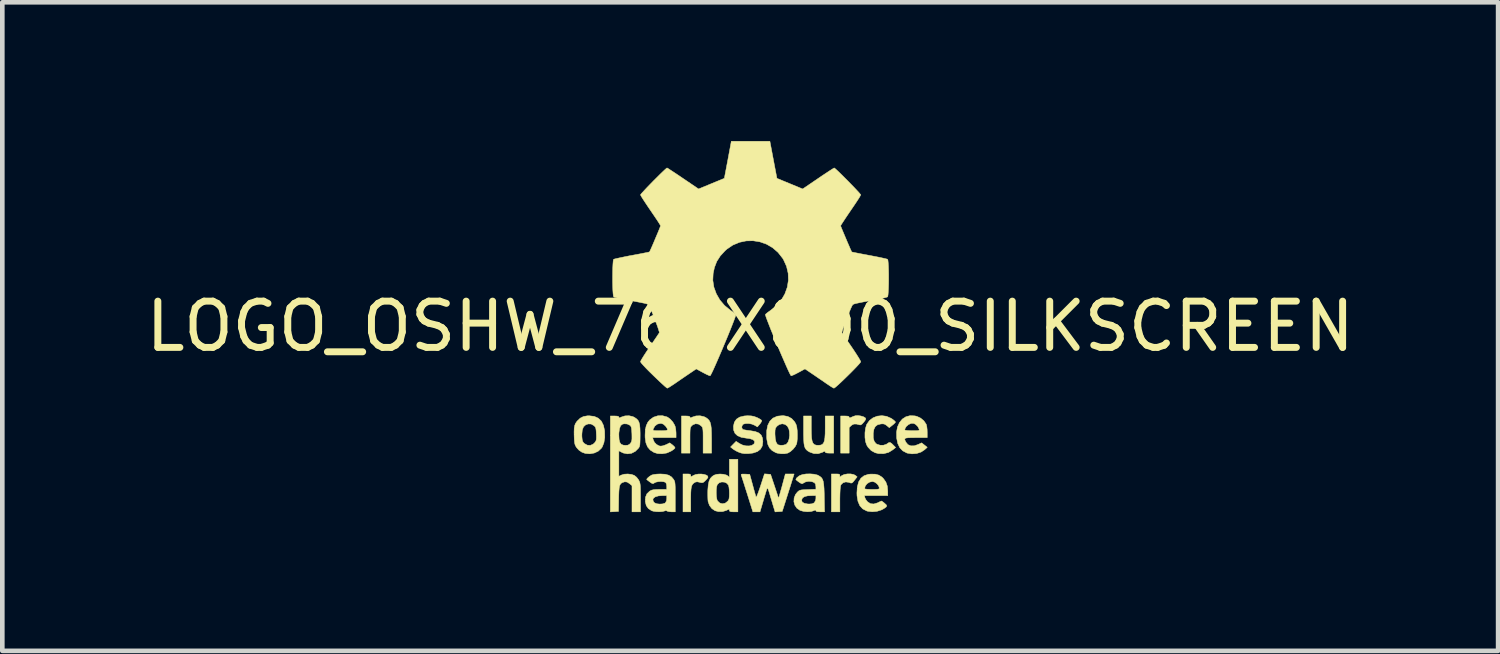
<source format=kicad_pcb>
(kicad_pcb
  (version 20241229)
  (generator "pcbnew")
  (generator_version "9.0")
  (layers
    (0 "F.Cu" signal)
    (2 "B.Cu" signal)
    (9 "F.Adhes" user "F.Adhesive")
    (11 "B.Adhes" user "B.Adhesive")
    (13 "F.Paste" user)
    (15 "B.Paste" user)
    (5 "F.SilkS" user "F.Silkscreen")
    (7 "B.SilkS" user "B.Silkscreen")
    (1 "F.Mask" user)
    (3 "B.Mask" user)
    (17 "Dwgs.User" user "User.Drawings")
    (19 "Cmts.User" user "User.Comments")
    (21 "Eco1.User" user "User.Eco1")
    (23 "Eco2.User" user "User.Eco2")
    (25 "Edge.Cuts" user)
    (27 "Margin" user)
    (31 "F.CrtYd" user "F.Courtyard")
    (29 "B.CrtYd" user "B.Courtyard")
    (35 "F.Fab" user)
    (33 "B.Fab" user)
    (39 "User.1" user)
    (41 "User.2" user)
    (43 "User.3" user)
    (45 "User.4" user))
  (footprint "LOGO_OSHW_764X800_SILKSCREEN"
    (layer "F.Cu")
    (at 13.173 4.007)
    (property "Reference" "LOGO_OSHW_764X800_SILKSCREEN" (at 0 0 0) (layer "F.SilkS") (effects (font (size 1 1) (thickness 0.15))))
    (attr exclude_from_pos_files exclude_from_bom allow_missing_courtyard)
    (fp_poly (pts (xy 2.391 1.938) (xy 2.449 1.955) (xy 2.486 1.977) (xy 2.498 1.995) (xy 2.495 2.016) (xy 2.473 2.048) (xy 2.455 2.072) (xy 2.417 2.113) (xy 2.389 2.131) (xy 2.365 2.13) (xy 2.294 2.112) (xy 2.241 2.113) (xy 2.199 2.133) (xy 2.185 2.145) (xy 2.139 2.187) (xy 2.139 2.741) (xy 1.955 2.741) (xy 1.955 1.938) (xy 2.047 1.938) (xy 2.102 1.941) (xy 2.131 1.948) (xy 2.139 1.963) (xy 2.139 1.964) (xy 2.143 1.98) (xy 2.16 1.978) (xy 2.185 1.966) (xy 2.235 1.945) (xy 2.276 1.932) (xy 2.329 1.929) (xy 2.391 1.938)) (stroke (width 0.01) (type solid)) (fill yes) (layer "F.SilkS"))
    (fp_poly (pts (xy 2.173 3.191) (xy 2.237 3.204) (xy 2.274 3.223) (xy 2.312 3.254) (xy 2.258 3.323) (xy 2.224 3.365) (xy 2.201 3.385) (xy 2.178 3.389) (xy 2.145 3.378) (xy 2.129 3.373) (xy 2.066 3.364) (xy 2.007 3.382) (xy 1.964 3.423) (xy 1.957 3.436) (xy 1.95 3.47) (xy 1.944 3.533) (xy 1.94 3.621) (xy 1.938 3.729) (xy 1.938 3.744) (xy 1.938 4.011) (xy 1.755 4.011) (xy 1.755 3.192) (xy 1.847 3.192) (xy 1.9 3.193) (xy 1.927 3.199) (xy 1.937 3.213) (xy 1.938 3.226) (xy 1.938 3.261) (xy 1.982 3.226) (xy 2.033 3.203) (xy 2.101 3.191) (xy 2.173 3.191)) (stroke (width 0.01) (type solid)) (fill yes) (layer "F.SilkS"))
    (fp_poly (pts (xy -1.32 3.193) (xy -1.295 3.201) (xy -1.287 3.217) (xy -1.287 3.225) (xy -1.285 3.246) (xy -1.275 3.249) (xy -1.248 3.235) (xy -1.232 3.225) (xy -1.182 3.204) (xy -1.122 3.194) (xy -1.059 3.193) (xy -0.999 3.201) (xy -0.951 3.216) (xy -0.92 3.237) (xy -0.914 3.264) (xy -0.917 3.272) (xy -0.94 3.302) (xy -0.974 3.339) (xy -0.98 3.345) (xy -1.013 3.373) (xy -1.042 3.382) (xy -1.081 3.376) (xy -1.097 3.371) (xy -1.146 3.361) (xy -1.181 3.366) (xy -1.211 3.382) (xy -1.237 3.403) (xy -1.257 3.43) (xy -1.271 3.467) (xy -1.28 3.52) (xy -1.285 3.593) (xy -1.287 3.693) (xy -1.287 3.753) (xy -1.287 4.011) (xy -1.454 4.011) (xy -1.454 3.192) (xy -1.37 3.192) (xy -1.32 3.193)) (stroke (width 0.01) (type solid)) (fill yes) (layer "F.SilkS"))
    (fp_poly (pts (xy 1.32 2.199) (xy 1.322 2.321) (xy 1.327 2.414) (xy 1.339 2.482) (xy 1.358 2.527) (xy 1.385 2.555) (xy 1.423 2.569) (xy 1.471 2.572) (xy 1.52 2.568) (xy 1.557 2.554) (xy 1.584 2.525) (xy 1.603 2.479) (xy 1.614 2.41) (xy 1.62 2.316) (xy 1.621 2.199) (xy 1.621 1.938) (xy 1.805 1.938) (xy 1.805 2.741) (xy 1.713 2.741) (xy 1.657 2.738) (xy 1.629 2.73) (xy 1.621 2.715) (xy 1.616 2.702) (xy 1.597 2.705) (xy 1.559 2.724) (xy 1.47 2.753) (xy 1.377 2.751) (xy 1.287 2.719) (xy 1.244 2.694) (xy 1.212 2.667) (xy 1.188 2.633) (xy 1.171 2.588) (xy 1.161 2.526) (xy 1.156 2.444) (xy 1.153 2.336) (xy 1.153 2.252) (xy 1.153 1.938) (xy 1.32 1.938) (xy 1.32 2.199)) (stroke (width 0.01) (type solid)) (fill yes) (layer "F.SilkS"))
    (fp_poly (pts (xy -1.002 1.952) (xy -0.96 1.972) (xy -0.92 2.001) (xy -0.889 2.034) (xy -0.867 2.076) (xy -0.852 2.132) (xy -0.842 2.207) (xy -0.838 2.305) (xy -0.836 2.431) (xy -0.836 2.444) (xy -0.836 2.741) (xy -1.019 2.741) (xy -1.019 2.467) (xy -1.019 2.366) (xy -1.02 2.292) (xy -1.023 2.241) (xy -1.028 2.207) (xy -1.035 2.184) (xy -1.047 2.167) (xy -1.063 2.15) (xy -1.12 2.113) (xy -1.183 2.106) (xy -1.242 2.129) (xy -1.262 2.147) (xy -1.278 2.163) (xy -1.288 2.18) (xy -1.296 2.204) (xy -1.3 2.24) (xy -1.302 2.294) (xy -1.303 2.371) (xy -1.303 2.464) (xy -1.303 2.741) (xy -1.487 2.741) (xy -1.487 1.938) (xy -1.395 1.938) (xy -1.34 1.941) (xy -1.312 1.948) (xy -1.303 1.963) (xy -1.303 1.964) (xy -1.3 1.979) (xy -1.283 1.977) (xy -1.249 1.961) (xy -1.173 1.937) (xy -1.086 1.934) (xy -1.002 1.952)) (stroke (width 0.01) (type solid)) (fill yes) (layer "F.SilkS"))
    (fp_poly (pts (xy 2.947 1.945) (xy 3.043 1.987) (xy 3.074 2.007) (xy 3.113 2.037) (xy 3.137 2.062) (xy 3.142 2.069) (xy 3.13 2.087) (xy 3.099 2.117) (xy 3.074 2.137) (xy 3.007 2.191) (xy 2.954 2.147) (xy 2.913 2.118) (xy 2.873 2.108) (xy 2.827 2.11) (xy 2.754 2.128) (xy 2.704 2.166) (xy 2.674 2.227) (xy 2.66 2.314) (xy 2.66 2.314) (xy 2.661 2.412) (xy 2.68 2.484) (xy 2.717 2.533) (xy 2.742 2.549) (xy 2.809 2.57) (xy 2.881 2.57) (xy 2.943 2.55) (xy 2.958 2.54) (xy 2.995 2.515) (xy 3.024 2.511) (xy 3.055 2.53) (xy 3.089 2.563) (xy 3.144 2.619) (xy 3.083 2.669) (xy 2.99 2.726) (xy 2.884 2.753) (xy 2.774 2.751) (xy 2.701 2.733) (xy 2.617 2.687) (xy 2.549 2.616) (xy 2.518 2.565) (xy 2.493 2.492) (xy 2.481 2.401) (xy 2.481 2.301) (xy 2.493 2.205) (xy 2.517 2.125) (xy 2.521 2.117) (xy 2.578 2.036) (xy 2.655 1.978) (xy 2.746 1.942) (xy 2.846 1.931) (xy 2.947 1.945)) (stroke (width 0.01) (type solid)) (fill yes) (layer "F.SilkS"))
    (fp_poly (pts (xy 0.812 1.948) (xy 0.896 1.994) (xy 0.962 2.067) (xy 0.993 2.126) (xy 1.007 2.178) (xy 1.016 2.253) (xy 1.019 2.338) (xy 1.018 2.425) (xy 1.011 2.5) (xy 1.003 2.541) (xy 0.975 2.596) (xy 0.928 2.655) (xy 0.871 2.706) (xy 0.815 2.739) (xy 0.814 2.74) (xy 0.744 2.754) (xy 0.661 2.754) (xy 0.582 2.741) (xy 0.552 2.731) (xy 0.473 2.686) (xy 0.417 2.628) (xy 0.38 2.551) (xy 0.36 2.45) (xy 0.355 2.397) (xy 0.356 2.331) (xy 0.535 2.331) (xy 0.541 2.428) (xy 0.558 2.502) (xy 0.586 2.549) (xy 0.605 2.562) (xy 0.656 2.572) (xy 0.716 2.569) (xy 0.767 2.555) (xy 0.781 2.548) (xy 0.817 2.504) (xy 0.84 2.438) (xy 0.851 2.357) (xy 0.846 2.271) (xy 0.835 2.218) (xy 0.803 2.158) (xy 0.753 2.12) (xy 0.693 2.107) (xy 0.631 2.121) (xy 0.584 2.154) (xy 0.559 2.182) (xy 0.544 2.209) (xy 0.537 2.246) (xy 0.535 2.303) (xy 0.535 2.331) (xy 0.356 2.331) (xy 0.356 2.256) (xy 0.379 2.14) (xy 0.424 2.05) (xy 0.49 1.985) (xy 0.579 1.945) (xy 0.597 1.941) (xy 0.711 1.93) (xy 0.812 1.948)) (stroke (width 0.01) (type solid)) (fill yes) (layer "F.SilkS"))
    (fp_poly (pts (xy 0.374 3.195) (xy 0.44 3.2) (xy 0.527 3.459) (xy 0.613 3.718) (xy 0.64 3.626) (xy 0.656 3.569) (xy 0.678 3.493) (xy 0.701 3.408) (xy 0.713 3.363) (xy 0.759 3.192) (xy 0.949 3.192) (xy 0.893 3.371) (xy 0.865 3.46) (xy 0.831 3.566) (xy 0.796 3.677) (xy 0.764 3.777) (xy 0.692 4.002) (xy 0.537 4.012) (xy 0.495 3.874) (xy 0.469 3.787) (xy 0.441 3.692) (xy 0.416 3.608) (xy 0.415 3.605) (xy 0.397 3.548) (xy 0.381 3.509) (xy 0.369 3.495) (xy 0.367 3.496) (xy 0.359 3.519) (xy 0.343 3.568) (xy 0.322 3.637) (xy 0.297 3.719) (xy 0.284 3.764) (xy 0.211 4.011) (xy 0.057 4.011) (xy -0.065 3.622) (xy -0.1 3.513) (xy -0.131 3.414) (xy -0.158 3.33) (xy -0.179 3.265) (xy -0.193 3.224) (xy -0.197 3.212) (xy -0.193 3.199) (xy -0.168 3.194) (xy -0.116 3.195) (xy -0.108 3.195) (xy -0.011 3.2) (xy 0.053 3.434) (xy 0.076 3.519) (xy 0.097 3.594) (xy 0.114 3.653) (xy 0.124 3.687) (xy 0.126 3.693) (xy 0.134 3.686) (xy 0.15 3.653) (xy 0.173 3.596) (xy 0.199 3.522) (xy 0.222 3.454) (xy 0.308 3.19) (xy 0.374 3.195)) (stroke (width 0.01) (type solid)) (fill yes) (layer "F.SilkS"))
    (fp_poly (pts (xy -3.373 1.947) (xy -3.286 1.986) (xy -3.219 2.05) (xy -3.174 2.141) (xy -3.149 2.257) (xy -3.148 2.276) (xy -3.146 2.404) (xy -3.164 2.516) (xy -3.2 2.608) (xy -3.22 2.637) (xy -3.287 2.699) (xy -3.372 2.739) (xy -3.468 2.756) (xy -3.566 2.748) (xy -3.64 2.721) (xy -3.704 2.677) (xy -3.756 2.62) (xy -3.757 2.618) (xy -3.778 2.583) (xy -3.792 2.547) (xy -3.8 2.502) (xy -3.805 2.438) (xy -3.807 2.385) (xy -3.808 2.338) (xy -3.641 2.338) (xy -3.64 2.385) (xy -3.634 2.448) (xy -3.623 2.488) (xy -3.604 2.517) (xy -3.587 2.534) (xy -3.524 2.569) (xy -3.459 2.574) (xy -3.398 2.548) (xy -3.367 2.52) (xy -3.345 2.492) (xy -3.332 2.464) (xy -3.327 2.429) (xy -3.326 2.376) (xy -3.328 2.327) (xy -3.332 2.256) (xy -3.338 2.211) (xy -3.348 2.181) (xy -3.366 2.159) (xy -3.381 2.146) (xy -3.44 2.112) (xy -3.505 2.11) (xy -3.559 2.13) (xy -3.605 2.172) (xy -3.632 2.241) (xy -3.641 2.338) (xy -3.808 2.338) (xy -3.809 2.281) (xy -3.806 2.203) (xy -3.796 2.145) (xy -3.778 2.099) (xy -3.75 2.058) (xy -3.74 2.046) (xy -3.676 1.985) (xy -3.607 1.95) (xy -3.523 1.935) (xy -3.482 1.934) (xy -3.373 1.947)) (stroke (width 0.01) (type solid)) (fill yes) (layer "F.SilkS"))
    (fp_poly (pts (xy -0.267 4.011) (xy -0.359 4.011) (xy -0.413 4.009) (xy -0.44 4.002) (xy -0.45 3.988) (xy -0.451 3.979) (xy -0.453 3.96) (xy -0.464 3.956) (xy -0.491 3.968) (xy -0.513 3.979) (xy -0.597 4.005) (xy -0.687 4.006) (xy -0.761 3.987) (xy -0.83 3.94) (xy -0.882 3.871) (xy -0.911 3.789) (xy -0.912 3.785) (xy -0.916 3.735) (xy -0.918 3.664) (xy -0.918 3.61) (xy -0.735 3.61) (xy -0.731 3.681) (xy -0.721 3.741) (xy -0.708 3.774) (xy -0.659 3.82) (xy -0.601 3.836) (xy -0.54 3.823) (xy -0.489 3.783) (xy -0.469 3.757) (xy -0.458 3.725) (xy -0.453 3.679) (xy -0.451 3.609) (xy -0.454 3.54) (xy -0.46 3.48) (xy -0.469 3.44) (xy -0.47 3.436) (xy -0.506 3.393) (xy -0.558 3.369) (xy -0.616 3.365) (xy -0.67 3.382) (xy -0.71 3.419) (xy -0.714 3.426) (xy -0.727 3.471) (xy -0.734 3.536) (xy -0.735 3.61) (xy -0.918 3.61) (xy -0.918 3.582) (xy -0.917 3.538) (xy -0.908 3.43) (xy -0.891 3.349) (xy -0.863 3.288) (xy -0.821 3.244) (xy -0.78 3.217) (xy -0.723 3.199) (xy -0.653 3.193) (xy -0.58 3.198) (xy -0.518 3.214) (xy -0.485 3.233) (xy -0.451 3.264) (xy -0.451 2.874) (xy -0.267 2.874) (xy -0.267 4.011)) (stroke (width 0.01) (type solid)) (fill yes) (layer "F.SilkS"))
    (fp_poly (pts (xy 3.559 1.936) (xy 3.602 1.946) (xy 3.684 1.984) (xy 3.754 2.042) (xy 3.802 2.112) (xy 3.809 2.128) (xy 3.818 2.168) (xy 3.825 2.229) (xy 3.827 2.29) (xy 3.827 2.406) (xy 3.584 2.406) (xy 3.484 2.407) (xy 3.414 2.409) (xy 3.369 2.415) (xy 3.346 2.426) (xy 3.341 2.445) (xy 3.35 2.472) (xy 3.366 2.504) (xy 3.41 2.558) (xy 3.472 2.584) (xy 3.547 2.583) (xy 3.632 2.554) (xy 3.706 2.519) (xy 3.767 2.567) (xy 3.828 2.615) (xy 3.77 2.668) (xy 3.694 2.718) (xy 3.599 2.749) (xy 3.498 2.757) (xy 3.4 2.742) (xy 3.384 2.737) (xy 3.298 2.692) (xy 3.234 2.625) (xy 3.19 2.533) (xy 3.166 2.416) (xy 3.166 2.414) (xy 3.164 2.286) (xy 3.172 2.24) (xy 3.342 2.24) (xy 3.358 2.247) (xy 3.4 2.252) (xy 3.462 2.255) (xy 3.502 2.256) (xy 3.576 2.256) (xy 3.622 2.254) (xy 3.646 2.249) (xy 3.654 2.24) (xy 3.652 2.224) (xy 3.65 2.218) (xy 3.621 2.163) (xy 3.574 2.118) (xy 3.532 2.098) (xy 3.477 2.099) (xy 3.421 2.124) (xy 3.374 2.165) (xy 3.346 2.214) (xy 3.342 2.24) (xy 3.172 2.24) (xy 3.185 2.173) (xy 3.228 2.079) (xy 3.289 2.005) (xy 3.366 1.955) (xy 3.457 1.931) (xy 3.559 1.936)) (stroke (width 0.01) (type solid)) (fill yes) (layer "F.SilkS"))
    (fp_poly (pts (xy 0.019 1.936) (xy 0.082 1.948) (xy 0.148 1.973) (xy 0.155 1.976) (xy 0.204 2.002) (xy 0.239 2.026) (xy 0.25 2.042) (xy 0.239 2.067) (xy 0.214 2.105) (xy 0.202 2.119) (xy 0.155 2.174) (xy 0.094 2.138) (xy 0.036 2.114) (xy -0.03 2.101) (xy -0.095 2.101) (xy -0.144 2.113) (xy -0.156 2.12) (xy -0.179 2.154) (xy -0.182 2.194) (xy -0.165 2.225) (xy -0.155 2.231) (xy -0.124 2.238) (xy -0.072 2.247) (xy -0.006 2.255) (xy 0.006 2.257) (xy 0.11 2.275) (xy 0.186 2.306) (xy 0.237 2.352) (xy 0.265 2.416) (xy 0.273 2.495) (xy 0.261 2.585) (xy 0.222 2.655) (xy 0.156 2.707) (xy 0.062 2.739) (xy -0.042 2.752) (xy -0.127 2.752) (xy -0.195 2.74) (xy -0.242 2.724) (xy -0.302 2.696) (xy -0.356 2.664) (xy -0.376 2.65) (xy -0.426 2.609) (xy -0.305 2.486) (xy -0.236 2.532) (xy -0.168 2.566) (xy -0.094 2.584) (xy -0.023 2.586) (xy 0.037 2.572) (xy 0.08 2.543) (xy 0.093 2.518) (xy 0.091 2.479) (xy 0.057 2.449) (xy -0.009 2.428) (xy -0.081 2.418) (xy -0.192 2.4) (xy -0.275 2.365) (xy -0.33 2.313) (xy -0.359 2.243) (xy -0.363 2.16) (xy -0.343 2.073) (xy -0.298 2.007) (xy -0.228 1.962) (xy -0.131 1.938) (xy -0.06 1.933) (xy 0.019 1.936)) (stroke (width 0.01) (type solid)) (fill yes) (layer "F.SilkS"))
    (fp_poly (pts (xy 2.701 3.196) (xy 2.781 3.217) (xy 2.848 3.26) (xy 2.88 3.292) (xy 2.933 3.367) (xy 2.964 3.455) (xy 2.974 3.563) (xy 2.974 3.572) (xy 2.974 3.66) (xy 2.47 3.66) (xy 2.48 3.706) (xy 2.5 3.747) (xy 2.534 3.791) (xy 2.541 3.797) (xy 2.602 3.835) (xy 2.672 3.841) (xy 2.752 3.817) (xy 2.766 3.81) (xy 2.807 3.79) (xy 2.835 3.778) (xy 2.84 3.777) (xy 2.857 3.788) (xy 2.89 3.813) (xy 2.906 3.827) (xy 2.94 3.858) (xy 2.951 3.879) (xy 2.944 3.899) (xy 2.94 3.904) (xy 2.911 3.927) (xy 2.865 3.955) (xy 2.832 3.971) (xy 2.74 4) (xy 2.638 4.009) (xy 2.542 3.998) (xy 2.515 3.99) (xy 2.431 3.946) (xy 2.369 3.877) (xy 2.329 3.783) (xy 2.309 3.663) (xy 2.307 3.601) (xy 2.313 3.51) (xy 2.473 3.51) (xy 2.489 3.517) (xy 2.53 3.522) (xy 2.591 3.525) (xy 2.632 3.526) (xy 2.706 3.525) (xy 2.752 3.523) (xy 2.778 3.517) (xy 2.789 3.507) (xy 2.791 3.493) (xy 2.776 3.448) (xy 2.74 3.403) (xy 2.693 3.369) (xy 2.645 3.355) (xy 2.581 3.368) (xy 2.525 3.403) (xy 2.486 3.455) (xy 2.473 3.51) (xy 2.313 3.51) (xy 2.316 3.469) (xy 2.344 3.363) (xy 2.393 3.284) (xy 2.462 3.23) (xy 2.552 3.2) (xy 2.6 3.195) (xy 2.701 3.196)) (stroke (width 0.01) (type solid)) (fill yes) (layer "F.SilkS"))
    (fp_poly (pts (xy -1.803 1.957) (xy -1.786 1.965) (xy -1.729 2.007) (xy -1.674 2.069) (xy -1.634 2.137) (xy -1.622 2.168) (xy -1.611 2.223) (xy -1.605 2.291) (xy -1.604 2.319) (xy -1.604 2.406) (xy -2.109 2.406) (xy -2.098 2.452) (xy -2.072 2.507) (xy -2.026 2.554) (xy -1.971 2.584) (xy -1.936 2.59) (xy -1.888 2.583) (xy -1.832 2.563) (xy -1.812 2.555) (xy -1.741 2.519) (xy -1.68 2.565) (xy -1.645 2.597) (xy -1.627 2.623) (xy -1.626 2.63) (xy -1.643 2.649) (xy -1.679 2.677) (xy -1.712 2.698) (xy -1.802 2.738) (xy -1.902 2.755) (xy -2.001 2.751) (xy -2.08 2.727) (xy -2.162 2.675) (xy -2.22 2.607) (xy -2.256 2.519) (xy -2.273 2.407) (xy -2.274 2.356) (xy -2.269 2.239) (xy -2.268 2.236) (xy -2.101 2.236) (xy -2.096 2.247) (xy -2.077 2.253) (xy -2.038 2.255) (xy -1.973 2.256) (xy -1.948 2.256) (xy -1.872 2.255) (xy -1.824 2.252) (xy -1.798 2.245) (xy -1.788 2.235) (xy -1.788 2.231) (xy -1.799 2.204) (xy -1.825 2.166) (xy -1.836 2.153) (xy -1.878 2.115) (xy -1.922 2.1) (xy -1.945 2.099) (xy -2.009 2.114) (xy -2.062 2.156) (xy -2.096 2.216) (xy -2.097 2.218) (xy -2.101 2.236) (xy -2.268 2.236) (xy -2.249 2.147) (xy -2.214 2.073) (xy -2.171 2.021) (xy -2.092 1.964) (xy -1.999 1.934) (xy -1.9 1.931) (xy -1.803 1.957)) (stroke (width 0.01) (type solid)) (fill yes) (layer "F.SilkS"))
    (fp_poly (pts (xy 1.38 3.197) (xy 1.45 3.214) (xy 1.471 3.223) (xy 1.51 3.247) (xy 1.541 3.273) (xy 1.563 3.308) (xy 1.579 3.354) (xy 1.589 3.418) (xy 1.596 3.503) (xy 1.6 3.614) (xy 1.601 3.689) (xy 1.607 4.011) (xy 1.514 4.011) (xy 1.457 4.008) (xy 1.428 4) (xy 1.42 3.986) (xy 1.416 3.972) (xy 1.399 3.975) (xy 1.374 3.986) (xy 1.314 4.004) (xy 1.236 4.009) (xy 1.154 4.001) (xy 1.081 3.981) (xy 1.075 3.978) (xy 1.008 3.931) (xy 0.964 3.866) (xy 0.944 3.791) (xy 0.946 3.763) (xy 1.11 3.763) (xy 1.125 3.8) (xy 1.168 3.826) (xy 1.237 3.84) (xy 1.274 3.842) (xy 1.336 3.837) (xy 1.377 3.819) (xy 1.387 3.81) (xy 1.414 3.762) (xy 1.42 3.718) (xy 1.42 3.66) (xy 1.339 3.66) (xy 1.244 3.664) (xy 1.178 3.68) (xy 1.136 3.706) (xy 1.126 3.718) (xy 1.11 3.763) (xy 0.946 3.763) (xy 0.949 3.711) (xy 0.979 3.635) (xy 1.02 3.584) (xy 1.045 3.561) (xy 1.069 3.547) (xy 1.101 3.538) (xy 1.148 3.533) (xy 1.218 3.53) (xy 1.246 3.529) (xy 1.42 3.523) (xy 1.42 3.47) (xy 1.413 3.415) (xy 1.389 3.381) (xy 1.34 3.36) (xy 1.338 3.359) (xy 1.268 3.351) (xy 1.2 3.362) (xy 1.149 3.389) (xy 1.129 3.402) (xy 1.107 3.4) (xy 1.073 3.381) (xy 1.053 3.367) (xy 1.014 3.338) (xy 0.99 3.317) (xy 0.986 3.311) (xy 1.002 3.279) (xy 1.049 3.24) (xy 1.069 3.227) (xy 1.128 3.205) (xy 1.207 3.192) (xy 1.295 3.19) (xy 1.38 3.197)) (stroke (width 0.01) (type solid)) (fill yes) (layer "F.SilkS"))
    (fp_poly (pts (xy -1.84 3.198) (xy -1.761 3.219) (xy -1.701 3.257) (xy -1.659 3.307) (xy -1.646 3.328) (xy -1.636 3.35) (xy -1.629 3.379) (xy -1.625 3.419) (xy -1.622 3.475) (xy -1.621 3.554) (xy -1.621 3.659) (xy -1.621 3.687) (xy -1.621 4.011) (xy -1.701 4.011) (xy -1.752 4.007) (xy -1.79 3.998) (xy -1.8 3.992) (xy -1.826 3.983) (xy -1.852 3.992) (xy -1.896 4.004) (xy -1.959 4.009) (xy -2.029 4.007) (xy -2.093 3.998) (xy -2.131 3.987) (xy -2.203 3.94) (xy -2.248 3.876) (xy -2.269 3.79) (xy -2.269 3.788) (xy -2.267 3.75) (xy -2.106 3.75) (xy -2.091 3.793) (xy -2.068 3.817) (xy -2.022 3.836) (xy -1.961 3.843) (xy -1.899 3.84) (xy -1.849 3.825) (xy -1.835 3.816) (xy -1.811 3.773) (xy -1.805 3.724) (xy -1.805 3.66) (xy -1.897 3.66) (xy -1.985 3.666) (xy -2.052 3.686) (xy -2.093 3.715) (xy -2.106 3.75) (xy -2.267 3.75) (xy -2.265 3.694) (xy -2.234 3.62) (xy -2.175 3.564) (xy -2.167 3.559) (xy -2.133 3.542) (xy -2.09 3.532) (xy -2.03 3.527) (xy -1.959 3.526) (xy -1.805 3.526) (xy -1.805 3.461) (xy -1.811 3.411) (xy -1.828 3.377) (xy -1.83 3.375) (xy -1.867 3.361) (xy -1.923 3.355) (xy -1.986 3.358) (xy -2.04 3.369) (xy -2.073 3.385) (xy -2.091 3.398) (xy -2.109 3.4) (xy -2.135 3.39) (xy -2.174 3.363) (xy -2.232 3.318) (xy -2.238 3.314) (xy -2.235 3.299) (xy -2.212 3.273) (xy -2.177 3.244) (xy -2.139 3.22) (xy -2.127 3.214) (xy -2.083 3.203) (xy -2.019 3.195) (xy -1.947 3.192) (xy -1.943 3.192) (xy -1.84 3.198)) (stroke (width 0.01) (type solid)) (fill yes) (layer "F.SilkS"))
    (fp_poly (pts (xy -2.537 1.952) (xy -2.501 1.97) (xy -2.458 2) (xy -2.426 2.033) (xy -2.405 2.075) (xy -2.391 2.131) (xy -2.384 2.206) (xy -2.381 2.307) (xy -2.381 2.351) (xy -2.382 2.446) (xy -2.384 2.514) (xy -2.387 2.561) (xy -2.394 2.594) (xy -2.405 2.618) (xy -2.416 2.634) (xy -2.485 2.703) (xy -2.567 2.745) (xy -2.656 2.757) (xy -2.745 2.739) (xy -2.773 2.726) (xy -2.841 2.691) (xy -2.841 3.243) (xy -2.791 3.217) (xy -2.727 3.197) (xy -2.647 3.192) (xy -2.567 3.202) (xy -2.507 3.223) (xy -2.457 3.263) (xy -2.414 3.32) (xy -2.411 3.326) (xy -2.397 3.353) (xy -2.387 3.381) (xy -2.381 3.415) (xy -2.376 3.46) (xy -2.374 3.523) (xy -2.373 3.608) (xy -2.373 3.704) (xy -2.373 4.011) (xy -2.557 4.011) (xy -2.557 3.445) (xy -2.608 3.402) (xy -2.662 3.367) (xy -2.712 3.361) (xy -2.763 3.377) (xy -2.79 3.393) (xy -2.81 3.416) (xy -2.825 3.45) (xy -2.834 3.5) (xy -2.84 3.572) (xy -2.844 3.67) (xy -2.845 3.735) (xy -2.849 4.002) (xy -2.937 4.007) (xy -3.025 4.012) (xy -3.025 2.353) (xy -2.841 2.353) (xy -2.836 2.446) (xy -2.82 2.51) (xy -2.791 2.55) (xy -2.745 2.569) (xy -2.699 2.573) (xy -2.646 2.569) (xy -2.612 2.551) (xy -2.59 2.528) (xy -2.573 2.502) (xy -2.563 2.474) (xy -2.558 2.434) (xy -2.558 2.375) (xy -2.559 2.325) (xy -2.563 2.251) (xy -2.568 2.202) (xy -2.577 2.17) (xy -2.591 2.15) (xy -2.605 2.137) (xy -2.661 2.111) (xy -2.727 2.107) (xy -2.765 2.116) (xy -2.803 2.148) (xy -2.827 2.211) (xy -2.84 2.304) (xy -2.841 2.353) (xy -3.025 2.353) (xy -3.025 1.938) (xy -2.933 1.938) (xy -2.878 1.941) (xy -2.849 1.948) (xy -2.841 1.963) (xy -2.841 1.964) (xy -2.837 1.979) (xy -2.82 1.977) (xy -2.786 1.961) (xy -2.708 1.936) (xy -2.62 1.933) (xy -2.537 1.952)) (stroke (width 0.01) (type solid)) (fill yes) (layer "F.SilkS"))
    (fp_poly (pts (xy 0.501 -3.601) (xy 0.577 -3.201) (xy 1.134 -2.971) (xy 1.468 -3.198) (xy 1.562 -3.262) (xy 1.647 -3.318) (xy 1.718 -3.365) (xy 1.773 -3.4) (xy 1.807 -3.421) (xy 1.817 -3.426) (xy 1.833 -3.414) (xy 1.869 -3.382) (xy 1.919 -3.335) (xy 1.981 -3.274) (xy 2.049 -3.206) (xy 2.121 -3.134) (xy 2.191 -3.062) (xy 2.257 -2.994) (xy 2.313 -2.934) (xy 2.357 -2.886) (xy 2.383 -2.854) (xy 2.39 -2.844) (xy 2.38 -2.824) (xy 2.355 -2.781) (xy 2.316 -2.72) (xy 2.265 -2.643) (xy 2.206 -2.556) (xy 2.172 -2.506) (xy 2.11 -2.415) (xy 2.055 -2.333) (xy 2.01 -2.264) (xy 1.976 -2.212) (xy 1.958 -2.181) (xy 1.955 -2.174) (xy 1.961 -2.156) (xy 1.978 -2.113) (xy 2.004 -2.051) (xy 2.035 -1.977) (xy 2.069 -1.897) (xy 2.103 -1.816) (xy 2.136 -1.741) (xy 2.163 -1.677) (xy 2.184 -1.632) (xy 2.195 -1.61) (xy 2.195 -1.609) (xy 2.212 -1.605) (xy 2.257 -1.596) (xy 2.326 -1.582) (xy 2.414 -1.565) (xy 2.515 -1.546) (xy 2.575 -1.535) (xy 2.683 -1.514) (xy 2.781 -1.495) (xy 2.864 -1.477) (xy 2.926 -1.463) (xy 2.963 -1.453) (xy 2.97 -1.449) (xy 2.978 -1.427) (xy 2.983 -1.378) (xy 2.988 -1.307) (xy 2.991 -1.219) (xy 2.993 -1.122) (xy 2.993 -1.02) (xy 2.992 -0.919) (xy 2.989 -0.825) (xy 2.985 -0.745) (xy 2.98 -0.683) (xy 2.974 -0.646) (xy 2.97 -0.638) (xy 2.946 -0.629) (xy 2.896 -0.615) (xy 2.827 -0.6) (xy 2.744 -0.583) (xy 2.715 -0.578) (xy 2.576 -0.552) (xy 2.465 -0.532) (xy 2.381 -0.515) (xy 2.319 -0.502) (xy 2.274 -0.492) (xy 2.245 -0.483) (xy 2.227 -0.475) (xy 2.216 -0.467) (xy 2.214 -0.465) (xy 2.199 -0.44) (xy 2.176 -0.391) (xy 2.148 -0.324) (xy 2.116 -0.246) (xy 2.083 -0.161) (xy 2.051 -0.077) (xy 2.023 0.001) (xy 2 0.067) (xy 1.986 0.114) (xy 1.982 0.138) (xy 1.983 0.139) (xy 1.995 0.158) (xy 2.024 0.2) (xy 2.065 0.262) (xy 2.117 0.337) (xy 2.175 0.422) (xy 2.192 0.446) (xy 2.251 0.534) (xy 2.303 0.614) (xy 2.346 0.682) (xy 2.375 0.733) (xy 2.389 0.762) (xy 2.39 0.766) (xy 2.378 0.785) (xy 2.346 0.823) (xy 2.298 0.875) (xy 2.237 0.938) (xy 2.169 1.007) (xy 2.096 1.079) (xy 2.024 1.149) (xy 1.956 1.214) (xy 1.896 1.269) (xy 1.849 1.31) (xy 1.818 1.333) (xy 1.809 1.337) (xy 1.79 1.328) (xy 1.749 1.304) (xy 1.695 1.268) (xy 1.653 1.24) (xy 1.577 1.187) (xy 1.487 1.126) (xy 1.397 1.064) (xy 1.348 1.031) (xy 1.184 0.92) (xy 1.046 0.995) (xy 0.983 1.028) (xy 0.93 1.053) (xy 0.893 1.067) (xy 0.884 1.069) (xy 0.873 1.055) (xy 0.851 1.013) (xy 0.82 0.947) (xy 0.782 0.863) (xy 0.738 0.762) (xy 0.689 0.65) (xy 0.638 0.531) (xy 0.586 0.407) (xy 0.534 0.283) (xy 0.485 0.164) (xy 0.439 0.052) (xy 0.4 -0.049) (xy 0.367 -0.134) (xy 0.343 -0.199) (xy 0.33 -0.241) (xy 0.327 -0.256) (xy 0.345 -0.274) (xy 0.382 -0.304) (xy 0.432 -0.34) (xy 0.437 -0.343) (xy 0.566 -0.446) (xy 0.671 -0.567) (xy 0.749 -0.702) (xy 0.801 -0.846) (xy 0.825 -0.996) (xy 0.82 -1.147) (xy 0.785 -1.297) (xy 0.72 -1.441) (xy 0.701 -1.472) (xy 0.601 -1.599) (xy 0.483 -1.701) (xy 0.352 -1.777) (xy 0.21 -1.827) (xy 0.062 -1.851) (xy -0.087 -1.848) (xy -0.234 -1.817) (xy -0.375 -1.758) (xy -0.505 -1.67) (xy -0.545 -1.634) (xy -0.648 -1.522) (xy -0.723 -1.405) (xy -0.774 -1.273) (xy -0.802 -1.142) (xy -0.809 -0.996) (xy -0.786 -0.848) (xy -0.734 -0.705) (xy -0.657 -0.571) (xy -0.556 -0.452) (xy -0.434 -0.351) (xy -0.418 -0.34) (xy -0.368 -0.306) (xy -0.329 -0.276) (xy -0.311 -0.256) (xy -0.31 -0.256) (xy -0.314 -0.235) (xy -0.33 -0.188) (xy -0.356 -0.118) (xy -0.39 -0.03) (xy -0.431 0.073) (xy -0.477 0.187) (xy -0.527 0.307) (xy -0.579 0.431) (xy -0.631 0.554) (xy -0.682 0.673) (xy -0.73 0.783) (xy -0.773 0.88) (xy -0.81 0.962) (xy -0.84 1.023) (xy -0.86 1.06) (xy -0.868 1.069) (xy -0.892 1.062) (xy -0.938 1.042) (xy -0.997 1.012) (xy -1.029 0.995) (xy -1.167 0.92) (xy -1.331 1.031) (xy -1.415 1.088) (xy -1.507 1.151) (xy -1.593 1.21) (xy -1.636 1.24) (xy -1.697 1.28) (xy -1.748 1.313) (xy -1.783 1.332) (xy -1.795 1.337) (xy -1.812 1.325) (xy -1.849 1.294) (xy -1.902 1.246) (xy -1.969 1.184) (xy -2.045 1.111) (xy -2.093 1.065) (xy -2.178 0.982) (xy -2.251 0.908) (xy -2.309 0.846) (xy -2.351 0.799) (xy -2.371 0.77) (xy -2.373 0.764) (xy -2.364 0.742) (xy -2.338 0.696) (xy -2.299 0.633) (xy -2.249 0.556) (xy -2.192 0.47) (xy -2.175 0.446) (xy -2.115 0.359) (xy -2.062 0.281) (xy -2.017 0.215) (xy -1.985 0.167) (xy -1.968 0.142) (xy -1.966 0.139) (xy -1.968 0.118) (xy -1.982 0.073) (xy -2.003 0.008) (xy -2.031 -0.069) (xy -2.062 -0.152) (xy -2.095 -0.237) (xy -2.128 -0.317) (xy -2.157 -0.385) (xy -2.181 -0.436) (xy -2.197 -0.464) (xy -2.198 -0.465) (xy -2.208 -0.473) (xy -2.224 -0.481) (xy -2.251 -0.49) (xy -2.292 -0.5) (xy -2.351 -0.512) (xy -2.431 -0.528) (xy -2.536 -0.548) (xy -2.669 -0.572) (xy -2.698 -0.578) (xy -2.784 -0.594) (xy -2.859 -0.61) (xy -2.916 -0.625) (xy -2.949 -0.635) (xy -2.953 -0.638) (xy -2.96 -0.66) (xy -2.966 -0.71) (xy -2.971 -0.782) (xy -2.974 -0.869) (xy -2.976 -0.967) (xy -2.976 -1.069) (xy -2.975 -1.169) (xy -2.973 -1.263) (xy -2.969 -1.343) (xy -2.964 -1.405) (xy -2.958 -1.442) (xy -2.954 -1.449) (xy -2.932 -1.457) (xy -2.882 -1.469) (xy -2.809 -1.485) (xy -2.718 -1.504) (xy -2.614 -1.525) (xy -2.558 -1.535) (xy -2.45 -1.555) (xy -2.355 -1.573) (xy -2.275 -1.589) (xy -2.217 -1.6) (xy -2.184 -1.608) (xy -2.179 -1.609) (xy -2.17 -1.627) (xy -2.15 -1.669) (xy -2.123 -1.73) (xy -2.091 -1.804) (xy -2.057 -1.885) (xy -2.023 -1.966) (xy -1.991 -2.041) (xy -1.965 -2.105) (xy -1.947 -2.151) (xy -1.939 -2.174) (xy -1.938 -2.175) (xy -1.948 -2.193) (xy -1.973 -2.234) (xy -2.012 -2.295) (xy -2.063 -2.37) (xy -2.122 -2.457) (xy -2.156 -2.507) (xy -2.218 -2.598) (xy -2.273 -2.681) (xy -2.319 -2.751) (xy -2.352 -2.804) (xy -2.37 -2.837) (xy -2.373 -2.844) (xy -2.362 -2.861) (xy -2.33 -2.897) (xy -2.283 -2.948) (xy -2.224 -3.011) (xy -2.157 -3.08) (xy -2.086 -3.153) (xy -2.014 -3.224) (xy -1.947 -3.291) (xy -1.888 -3.348) (xy -1.841 -3.392) (xy -1.81 -3.419) (xy -1.799 -3.426) (xy -1.782 -3.417) (xy -1.742 -3.391) (xy -1.682 -3.352) (xy -1.606 -3.302) (xy -1.518 -3.243) (xy -1.452 -3.198) (xy -1.117 -2.971) (xy -0.839 -3.086) (xy -0.56 -3.201) (xy -0.484 -3.601) (xy -0.409 -4.002) (xy 0.425 -4.002) (xy 0.501 -3.601)) (stroke (width 0.01) (type solid)) (fill yes) (layer "F.SilkS")))
  (gr_rect
    (start -3 -3)
    (end 29.345 11.024)
    (stroke (width 0.1) (type default))
    (fill no)
    (layer "Edge.Cuts")))
</source>
